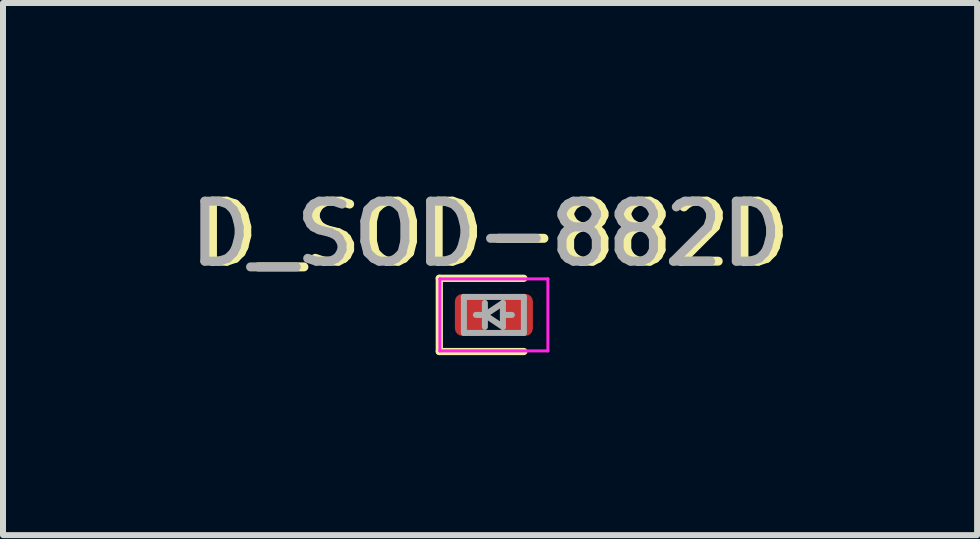
<source format=kicad_pcb>
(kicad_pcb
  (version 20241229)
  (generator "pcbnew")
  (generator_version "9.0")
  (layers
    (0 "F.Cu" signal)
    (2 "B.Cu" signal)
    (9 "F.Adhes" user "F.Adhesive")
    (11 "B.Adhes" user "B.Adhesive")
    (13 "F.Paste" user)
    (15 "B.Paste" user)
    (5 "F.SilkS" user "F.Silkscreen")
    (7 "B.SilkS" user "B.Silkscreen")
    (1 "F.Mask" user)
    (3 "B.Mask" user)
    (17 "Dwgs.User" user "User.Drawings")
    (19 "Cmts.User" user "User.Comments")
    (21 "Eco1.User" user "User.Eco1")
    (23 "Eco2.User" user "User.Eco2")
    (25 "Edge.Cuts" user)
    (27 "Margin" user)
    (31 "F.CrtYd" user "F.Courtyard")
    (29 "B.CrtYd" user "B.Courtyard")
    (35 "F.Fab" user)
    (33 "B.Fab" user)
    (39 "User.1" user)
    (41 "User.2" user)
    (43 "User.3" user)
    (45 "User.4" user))
  (footprint "D_SOD-882D"
    (layer "F.Cu")
    (at 5.181 2.198)
    (property "Reference" "D_SOD-882D" (at 0 -1.35 0) (layer "F.SilkS") (effects (font (size 1 1) (thickness 0.15))))
    (attr smd)
    (fp_line (start -0.91 -0.61) (end -0.91 0.61) (stroke (width 0.12) (type solid)) (layer "F.SilkS"))
    (fp_line (start -0.91 -0.61) (end 0.5 -0.61) (stroke (width 0.12) (type solid)) (layer "F.SilkS"))
    (fp_line (start -0.91 0.61) (end 0.5 0.61) (stroke (width 0.12) (type solid)) (layer "F.SilkS"))
    (fp_line (start -0.9 -0.6) (end -0.9 0.6) (stroke (width 0.05) (type solid)) (layer "F.CrtYd"))
    (fp_line (start -0.9 -0.6) (end 0.9 -0.6) (stroke (width 0.05) (type solid)) (layer "F.CrtYd"))
    (fp_line (start 0.9 -0.6) (end 0.9 0.6) (stroke (width 0.05) (type solid)) (layer "F.CrtYd"))
    (fp_line (start 0.9 0.6) (end -0.9 0.6) (stroke (width 0.05) (type solid)) (layer "F.CrtYd"))
    (fp_line (start -0.5 -0.3) (end 0.5 -0.3) (stroke (width 0.1) (type solid)) (layer "F.Fab"))
    (fp_line (start -0.5 0.3) (end -0.5 -0.3) (stroke (width 0.1) (type solid)) (layer "F.Fab"))
    (fp_line (start -0.15 0) (end -0.3 0) (stroke (width 0.1) (type solid)) (layer "F.Fab"))
    (fp_line (start -0.15 0) (end 0.15 0.2) (stroke (width 0.1) (type solid)) (layer "F.Fab"))
    (fp_line (start -0.15 0.2) (end -0.15 -0.2) (stroke (width 0.1) (type solid)) (layer "F.Fab"))
    (fp_line (start 0.15 -0.2) (end -0.15 0) (stroke (width 0.1) (type solid)) (layer "F.Fab"))
    (fp_line (start 0.15 0) (end 0.3 0) (stroke (width 0.1) (type solid)) (layer "F.Fab"))
    (fp_line (start 0.15 0.2) (end 0.15 -0.2) (stroke (width 0.1) (type solid)) (layer "F.Fab"))
    (fp_line (start 0.5 -0.3) (end 0.5 0.3) (stroke (width 0.1) (type solid)) (layer "F.Fab"))
    (fp_line (start 0.5 0.3) (end -0.5 0.3) (stroke (width 0.1) (type solid)) (layer "F.Fab"))
    (fp_text user "${REFERENCE}" (at -0.127 -1.35 0) (layer "F.Fab") (effects (font (size 1 1) (thickness 0.15))))
    (pad "" smd roundrect (at -0.35 0) (size 0.3 0.6) (layers "F.Paste") (roundrect_rratio 0.25))
    (pad "" smd roundrect (at 0.35 0) (size 0.3 0.6) (layers "F.Paste") (roundrect_rratio 0.25))
    (pad "1" smd roundrect (at -0.4 0) (size 0.5 0.7) (layers "F.Cu" "F.Mask") (roundrect_rratio 0.25))
    (pad "2" smd roundrect (at 0.4 0) (size 0.5 0.7) (layers "F.Cu" "F.Mask") (roundrect_rratio 0.25)))
  (gr_rect
    (start -3 -3)
    (end 13.234 5.868)
    (stroke (width 0.1) (type default))
    (fill no)
    (layer "Edge.Cuts")))
</source>
